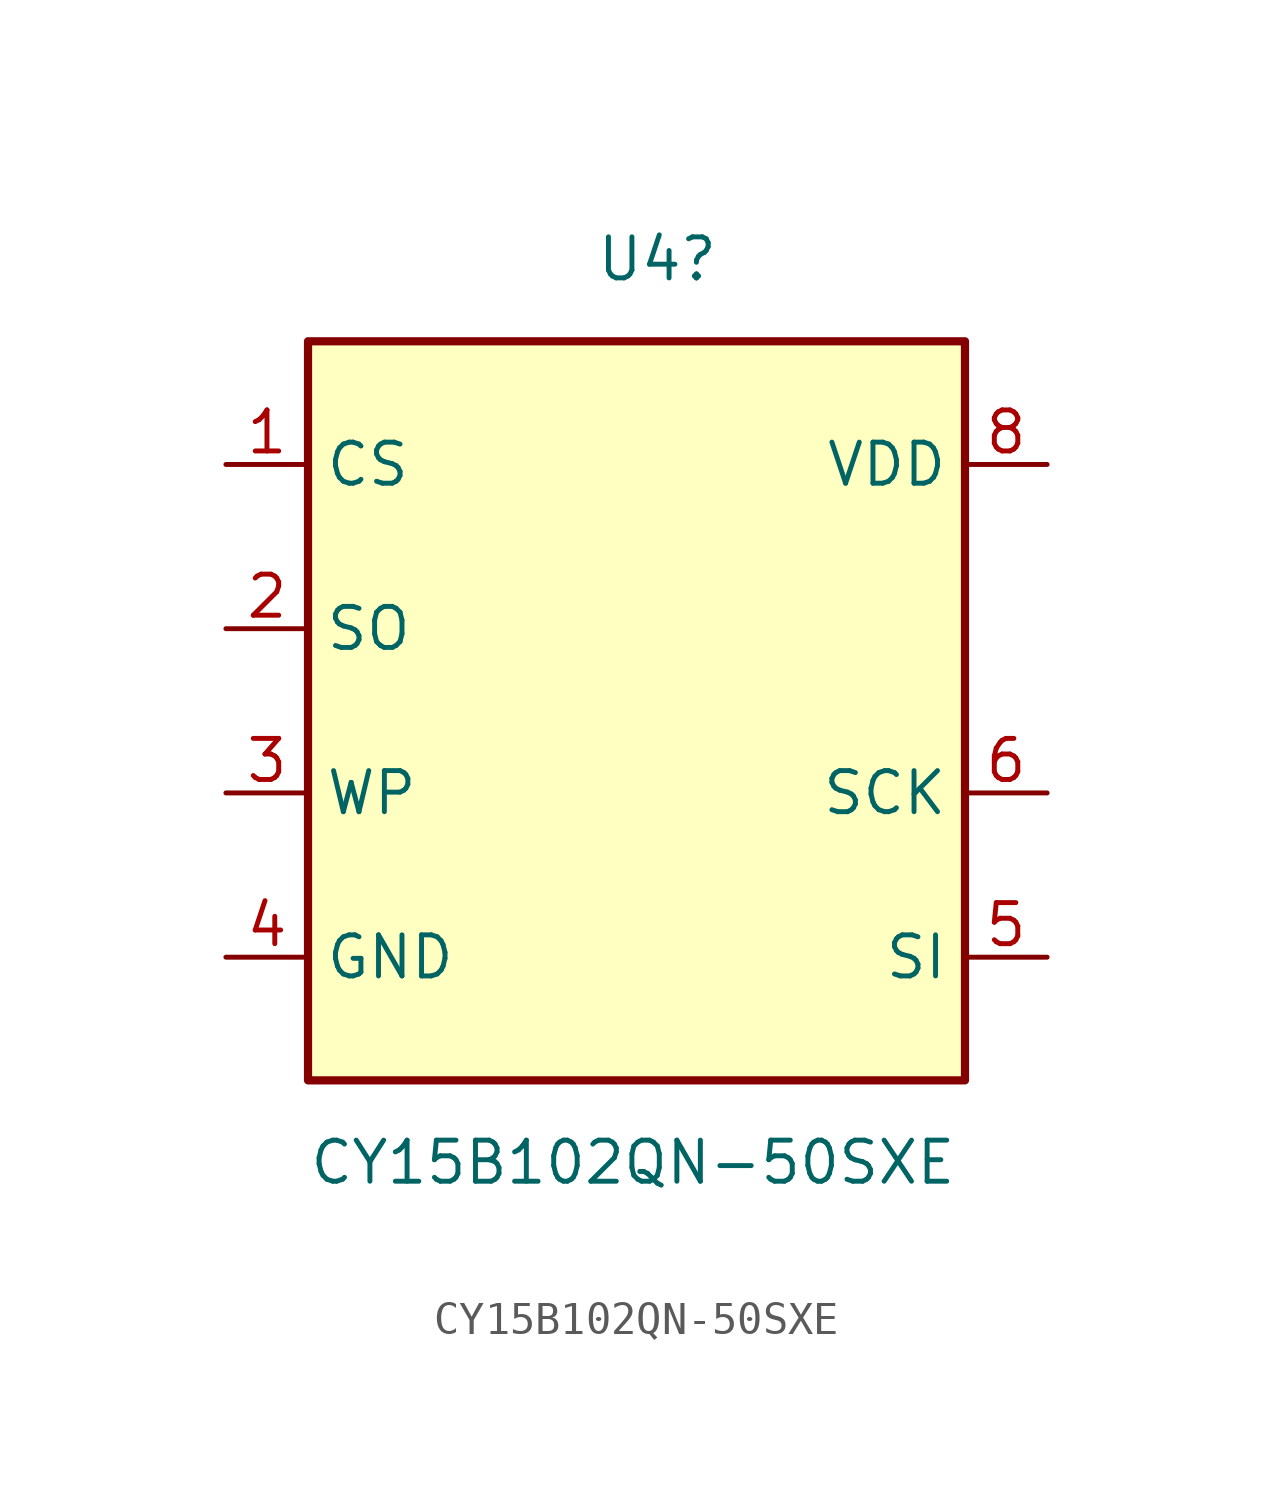
<source format=kicad_sym>
(kicad_symbol_lib
  (version 20220914)
  (generator kicad_symbol_editor)
  (symbol "CY15B102QN-50SXE"
    (property "Reference" "U4"
      (at -1.27 13.97 0)
      (effects (font (size 1.27 1.27)) (justify left)))
    (property "Value" "CY15B102QN-50SXE"
      (at -10.16 -13.97 0)
      (effects (font (size 1.27 1.27)) (justify left)))
    (symbol "CY15B102QN-50SXE_1_1"
      (rectangle (start -10.16 11.43) (end 10.16 -11.43) (stroke (width 0.254) (type default)) (fill (type background)))
      (pin input line (at -12.7 7.62 0) (length 2.54) (name "CS" (effects (font (size 1.27 1.27)))) (number "1" (effects (font (size 1.27 1.27)))))
      (pin output line (at -12.7 2.54 0) (length 2.54) (name "SO" (effects (font (size 1.27 1.27)))) (number "2" (effects (font (size 1.27 1.27)))))
      (pin input line (at -12.7 -2.54 0) (length 2.54) (name "WP" (effects (font (size 1.27 1.27)))) (number "3" (effects (font (size 1.27 1.27)))))
      (pin power_in line (at -12.7 -7.62 0) (length 2.54) (name "GND" (effects (font (size 1.27 1.27)))) (number "4" (effects (font (size 1.27 1.27)))))
      (pin input line (at 12.7 -7.62 180) (length 2.54) (name "SI" (effects (font (size 1.27 1.27)))) (number "5" (effects (font (size 1.27 1.27)))))
      (pin input line (at 12.7 -2.54 180) (length 2.54) (name "SCK" (effects (font (size 1.27 1.27)))) (number "6" (effects (font (size 1.27 1.27)))))
      (pin no_connect line (at 12.7 2.54 180) (length 2.54) hide (name "DNU" (effects (font (size 1.27 1.27)))) (number "7" (effects (font (size 1.27 1.27)))))
      (pin power_in line (at 12.7 7.62 180) (length 2.54) (name "VDD" (effects (font (size 1.27 1.27)))) (number "8" (effects (font (size 1.27 1.27))))))))
</source>
